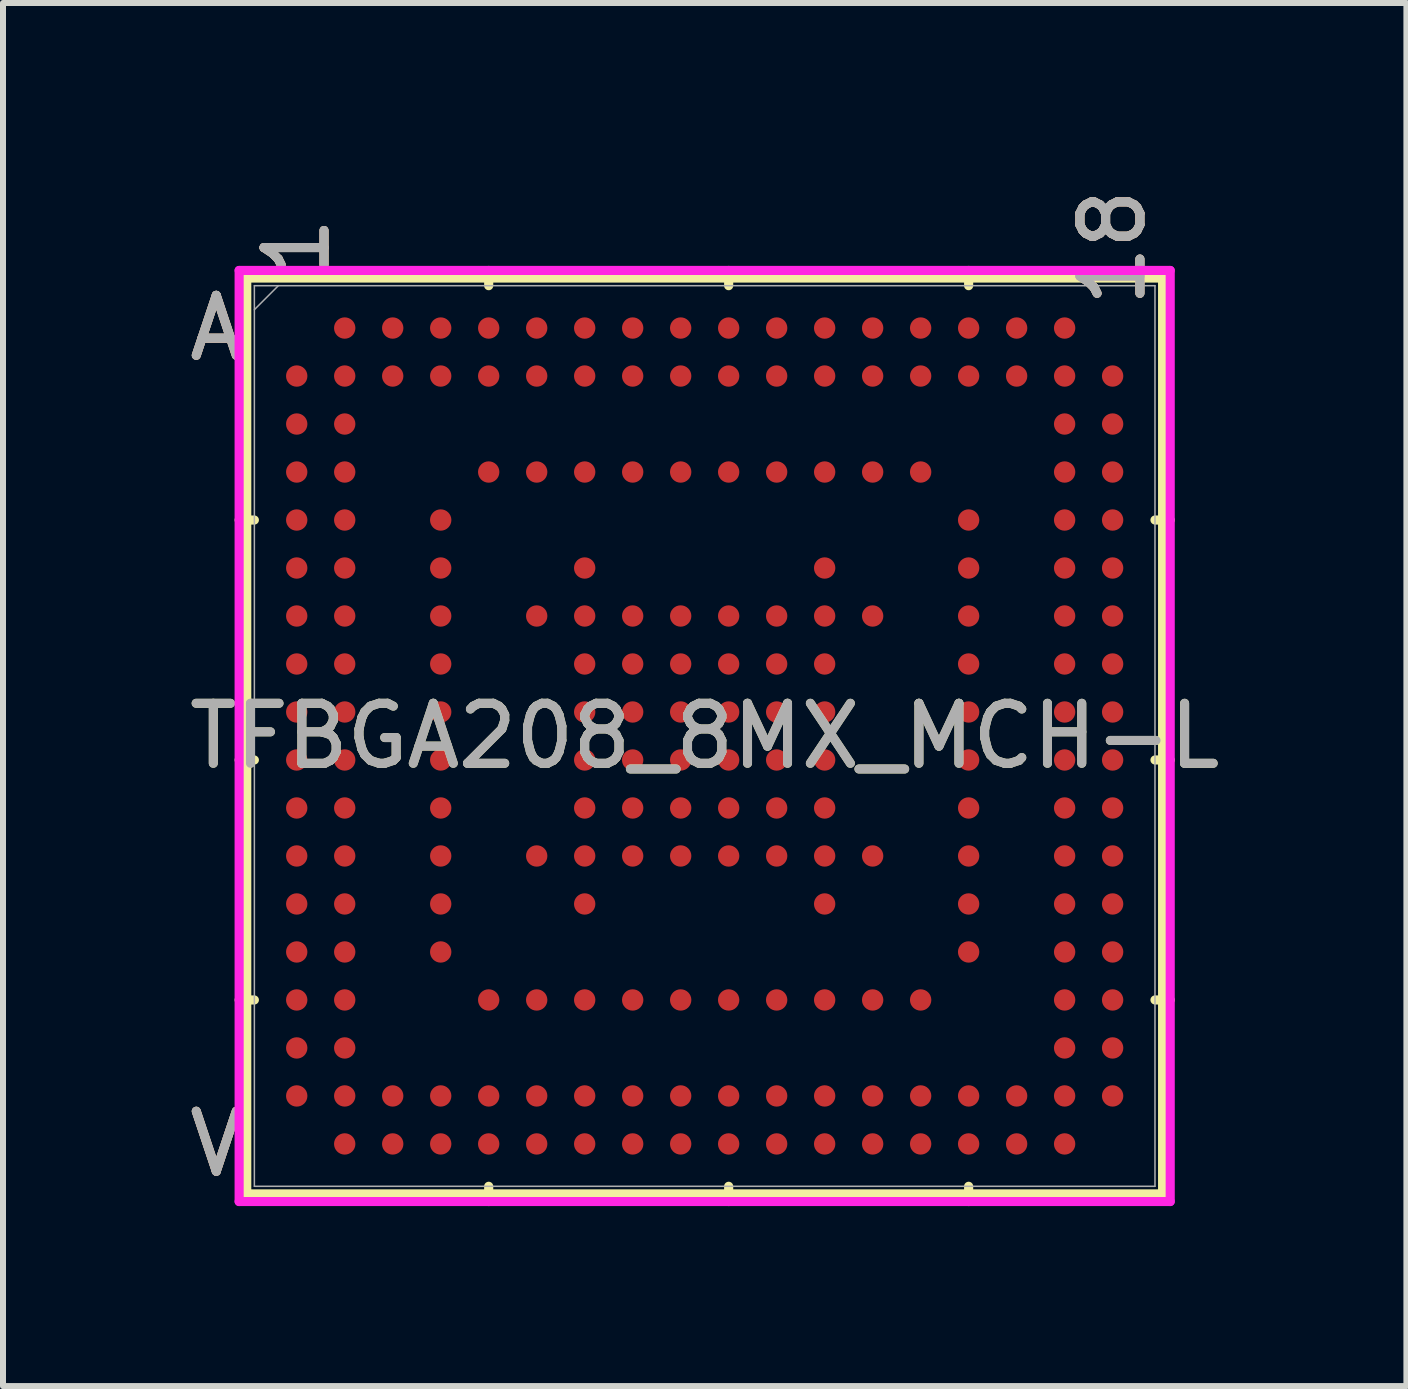
<source format=kicad_pcb>
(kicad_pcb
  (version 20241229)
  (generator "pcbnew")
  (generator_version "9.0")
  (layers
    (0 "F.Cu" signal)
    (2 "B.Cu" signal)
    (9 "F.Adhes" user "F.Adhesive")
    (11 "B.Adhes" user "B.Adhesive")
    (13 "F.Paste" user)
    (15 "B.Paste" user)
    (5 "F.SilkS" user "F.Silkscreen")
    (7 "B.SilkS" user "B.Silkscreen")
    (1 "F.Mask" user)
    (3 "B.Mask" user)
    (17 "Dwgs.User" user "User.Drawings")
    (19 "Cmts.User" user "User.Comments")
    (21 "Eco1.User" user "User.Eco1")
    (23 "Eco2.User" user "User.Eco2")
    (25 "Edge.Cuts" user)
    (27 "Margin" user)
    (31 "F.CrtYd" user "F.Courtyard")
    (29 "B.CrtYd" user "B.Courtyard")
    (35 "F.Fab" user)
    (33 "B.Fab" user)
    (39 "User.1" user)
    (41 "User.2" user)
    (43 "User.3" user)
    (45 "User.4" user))
  (footprint "TFBGA208_8MX_MCH-L"
    (layer "F.Cu")
    (at 8.696 9.218)
    (property "Reference" "TFBGA208_8MX_MCH-L" (at 0 0 0) (unlocked yes) (layer "F.SilkS") (effects (font (size 1 1) (thickness 0.15))))
    (attr smd)
    (fp_line (start -7.633 -7.633) (end -7.633 7.633) (stroke (width 0.152) (type solid)) (layer "F.SilkS"))
    (fp_line (start -7.633 7.633) (end 7.633 7.633) (stroke (width 0.152) (type solid)) (layer "F.SilkS"))
    (fp_line (start -7.506 -3.6) (end -7.76 -3.6) (stroke (width 0.152) (type solid)) (layer "F.SilkS"))
    (fp_line (start -7.506 0.4) (end -7.76 0.4) (stroke (width 0.152) (type solid)) (layer "F.SilkS"))
    (fp_line (start -7.506 4.4) (end -7.76 4.4) (stroke (width 0.152) (type solid)) (layer "F.SilkS"))
    (fp_line (start -3.6 -7.506) (end -3.6 -7.76) (stroke (width 0.152) (type solid)) (layer "F.SilkS"))
    (fp_line (start -3.6 7.506) (end -3.6 7.76) (stroke (width 0.152) (type solid)) (layer "F.SilkS"))
    (fp_line (start 0.4 -7.506) (end 0.4 -7.76) (stroke (width 0.152) (type solid)) (layer "F.SilkS"))
    (fp_line (start 0.4 7.506) (end 0.4 7.76) (stroke (width 0.152) (type solid)) (layer "F.SilkS"))
    (fp_line (start 4.4 -7.506) (end 4.4 -7.76) (stroke (width 0.152) (type solid)) (layer "F.SilkS"))
    (fp_line (start 4.4 7.506) (end 4.4 7.76) (stroke (width 0.152) (type solid)) (layer "F.SilkS"))
    (fp_line (start 7.506 -3.6) (end 7.76 -3.6) (stroke (width 0.152) (type solid)) (layer "F.SilkS"))
    (fp_line (start 7.506 0.4) (end 7.76 0.4) (stroke (width 0.152) (type solid)) (layer "F.SilkS"))
    (fp_line (start 7.506 4.4) (end 7.76 4.4) (stroke (width 0.152) (type solid)) (layer "F.SilkS"))
    (fp_line (start 7.633 -7.633) (end -7.633 -7.633) (stroke (width 0.152) (type solid)) (layer "F.SilkS"))
    (fp_line (start 7.633 7.633) (end 7.633 -7.633) (stroke (width 0.152) (type solid)) (layer "F.SilkS"))
    (fp_poly (pts (xy -7.644 -7.644) (xy 7.644 -7.644) (xy 7.644 7.644) (xy -7.644 7.644)) (stroke (width 0.1) (type solid)) (fill no) (layer "Eco2.User"))
    (fp_line (start -7.76 -7.76) (end 7.76 -7.76) (stroke (width 0.152) (type solid)) (layer "F.CrtYd"))
    (fp_line (start -7.76 7.76) (end -7.76 -7.76) (stroke (width 0.152) (type solid)) (layer "F.CrtYd"))
    (fp_line (start 7.76 -7.76) (end 7.76 7.76) (stroke (width 0.152) (type solid)) (layer "F.CrtYd"))
    (fp_line (start 7.76 7.76) (end -7.76 7.76) (stroke (width 0.152) (type solid)) (layer "F.CrtYd"))
    (fp_line (start -7.506 -7.506) (end -7.506 7.506) (stroke (width 0.025) (type solid)) (layer "F.Fab"))
    (fp_line (start -7.506 7.506) (end 7.506 7.506) (stroke (width 0.025) (type solid)) (layer "F.Fab"))
    (fp_line (start -7.106 -7.506) (end -7.506 -7.106) (stroke (width 0.025) (type solid)) (layer "F.Fab"))
    (fp_line (start 7.506 -7.506) (end -7.506 -7.506) (stroke (width 0.025) (type solid)) (layer "F.Fab"))
    (fp_line (start 7.506 7.506) (end 7.506 -7.506) (stroke (width 0.025) (type solid)) (layer "F.Fab"))
    (fp_text user "A" (at -8.141 -6.8 0) (unlocked yes) (layer "F.SilkS") (effects (font (size 1 1) (thickness 0.15))))
    (fp_text user "1" (at -6.8 -8.141 90) (unlocked yes) (layer "F.SilkS") (effects (font (size 1 1) (thickness 0.15))))
    (fp_text user "V" (at -8.141 6.8 0) (unlocked yes) (layer "F.SilkS") (effects (font (size 1 1) (thickness 0.15))))
    (fp_text user "18" (at 6.8 -8.141 90) (unlocked yes) (layer "F.SilkS") (effects (font (size 1 1) (thickness 0.15))))
    (fp_text user "1" (at -6.8 -8.141 90) (unlocked yes) (layer "B.SilkS") (effects (font (size 1 1) (thickness 0.15))))
    (fp_text user "A" (at -8.141 -6.8 0) (unlocked yes) (layer "B.SilkS") (effects (font (size 1 1) (thickness 0.15))))
    (fp_text user "V" (at -8.141 6.8 0) (unlocked yes) (layer "B.SilkS") (effects (font (size 1 1) (thickness 0.15))))
    (fp_text user "18" (at 6.8 -8.141 90) (unlocked yes) (layer "B.SilkS") (effects (font (size 1 1) (thickness 0.15))))
    (fp_text user "1" (at -6.8 -8.141 90) (unlocked yes) (layer "F.Fab") (effects (font (size 1 1) (thickness 0.15))))
    (fp_text user "${REFERENCE}" (at 0 0 0) (unlocked yes) (layer "F.Fab") (effects (font (size 1 1) (thickness 0.15))))
    (fp_text user "V" (at -8.141 6.8 0) (unlocked yes) (layer "F.Fab") (effects (font (size 1 1) (thickness 0.15))))
    (fp_text user "A" (at -8.141 -6.8 0) (unlocked yes) (layer "F.Fab") (effects (font (size 1 1) (thickness 0.15))))
    (fp_text user "18" (at 6.8 -8.141 90) (unlocked yes) (layer "F.Fab") (effects (font (size 1 1) (thickness 0.15))))
    (pad "A2" smd circle (at -6 -6.8) (size 0.356 0.356) (layers "F.Cu" "F.Mask" "F.Paste"))
    (pad "A3" smd circle (at -5.2 -6.8) (size 0.356 0.356) (layers "F.Cu" "F.Mask" "F.Paste"))
    (pad "A4" smd circle (at -4.4 -6.8) (size 0.356 0.356) (layers "F.Cu" "F.Mask" "F.Paste"))
    (pad "A5" smd circle (at -3.6 -6.8) (size 0.356 0.356) (layers "F.Cu" "F.Mask" "F.Paste"))
    (pad "A6" smd circle (at -2.8 -6.8) (size 0.356 0.356) (layers "F.Cu" "F.Mask" "F.Paste"))
    (pad "A7" smd circle (at -2 -6.8) (size 0.356 0.356) (layers "F.Cu" "F.Mask" "F.Paste"))
    (pad "A8" smd circle (at -1.2 -6.8) (size 0.356 0.356) (layers "F.Cu" "F.Mask" "F.Paste"))
    (pad "A9" smd circle (at -0.4 -6.8) (size 0.356 0.356) (layers "F.Cu" "F.Mask" "F.Paste"))
    (pad "A10" smd circle (at 0.4 -6.8) (size 0.356 0.356) (layers "F.Cu" "F.Mask" "F.Paste"))
    (pad "A11" smd circle (at 1.2 -6.8) (size 0.356 0.356) (layers "F.Cu" "F.Mask" "F.Paste"))
    (pad "A12" smd circle (at 2 -6.8) (size 0.356 0.356) (layers "F.Cu" "F.Mask" "F.Paste"))
    (pad "A13" smd circle (at 2.8 -6.8) (size 0.356 0.356) (layers "F.Cu" "F.Mask" "F.Paste"))
    (pad "A14" smd circle (at 3.6 -6.8) (size 0.356 0.356) (layers "F.Cu" "F.Mask" "F.Paste"))
    (pad "A15" smd circle (at 4.4 -6.8) (size 0.356 0.356) (layers "F.Cu" "F.Mask" "F.Paste"))
    (pad "A16" smd circle (at 5.2 -6.8) (size 0.356 0.356) (layers "F.Cu" "F.Mask" "F.Paste"))
    (pad "A17" smd circle (at 6 -6.8) (size 0.356 0.356) (layers "F.Cu" "F.Mask" "F.Paste"))
    (pad "B1" smd circle (at -6.8 -6) (size 0.356 0.356) (layers "F.Cu" "F.Mask" "F.Paste"))
    (pad "B2" smd circle (at -6 -6) (size 0.356 0.356) (layers "F.Cu" "F.Mask" "F.Paste"))
    (pad "B3" smd circle (at -5.2 -6) (size 0.356 0.356) (layers "F.Cu" "F.Mask" "F.Paste"))
    (pad "B4" smd circle (at -4.4 -6) (size 0.356 0.356) (layers "F.Cu" "F.Mask" "F.Paste"))
    (pad "B5" smd circle (at -3.6 -6) (size 0.356 0.356) (layers "F.Cu" "F.Mask" "F.Paste"))
    (pad "B6" smd circle (at -2.8 -6) (size 0.356 0.356) (layers "F.Cu" "F.Mask" "F.Paste"))
    (pad "B7" smd circle (at -2 -6) (size 0.356 0.356) (layers "F.Cu" "F.Mask" "F.Paste"))
    (pad "B8" smd circle (at -1.2 -6) (size 0.356 0.356) (layers "F.Cu" "F.Mask" "F.Paste"))
    (pad "B9" smd circle (at -0.4 -6) (size 0.356 0.356) (layers "F.Cu" "F.Mask" "F.Paste"))
    (pad "B10" smd circle (at 0.4 -6) (size 0.356 0.356) (layers "F.Cu" "F.Mask" "F.Paste"))
    (pad "B11" smd circle (at 1.2 -6) (size 0.356 0.356) (layers "F.Cu" "F.Mask" "F.Paste"))
    (pad "B12" smd circle (at 2 -6) (size 0.356 0.356) (layers "F.Cu" "F.Mask" "F.Paste"))
    (pad "B13" smd circle (at 2.8 -6) (size 0.356 0.356) (layers "F.Cu" "F.Mask" "F.Paste"))
    (pad "B14" smd circle (at 3.6 -6) (size 0.356 0.356) (layers "F.Cu" "F.Mask" "F.Paste"))
    (pad "B15" smd circle (at 4.4 -6) (size 0.356 0.356) (layers "F.Cu" "F.Mask" "F.Paste"))
    (pad "B16" smd circle (at 5.2 -6) (size 0.356 0.356) (layers "F.Cu" "F.Mask" "F.Paste"))
    (pad "B17" smd circle (at 6 -6) (size 0.356 0.356) (layers "F.Cu" "F.Mask" "F.Paste"))
    (pad "B18" smd circle (at 6.8 -6) (size 0.356 0.356) (layers "F.Cu" "F.Mask" "F.Paste"))
    (pad "C1" smd circle (at -6.8 -5.2) (size 0.356 0.356) (layers "F.Cu" "F.Mask" "F.Paste"))
    (pad "C2" smd circle (at -6 -5.2) (size 0.356 0.356) (layers "F.Cu" "F.Mask" "F.Paste"))
    (pad "C17" smd circle (at 6 -5.2) (size 0.356 0.356) (layers "F.Cu" "F.Mask" "F.Paste"))
    (pad "C18" smd circle (at 6.8 -5.2) (size 0.356 0.356) (layers "F.Cu" "F.Mask" "F.Paste"))
    (pad "D1" smd circle (at -6.8 -4.4) (size 0.356 0.356) (layers "F.Cu" "F.Mask" "F.Paste"))
    (pad "D2" smd circle (at -6 -4.4) (size 0.356 0.356) (layers "F.Cu" "F.Mask" "F.Paste"))
    (pad "D5" smd circle (at -3.6 -4.4) (size 0.356 0.356) (layers "F.Cu" "F.Mask" "F.Paste"))
    (pad "D6" smd circle (at -2.8 -4.4) (size 0.356 0.356) (layers "F.Cu" "F.Mask" "F.Paste"))
    (pad "D7" smd circle (at -2 -4.4) (size 0.356 0.356) (layers "F.Cu" "F.Mask" "F.Paste"))
    (pad "D8" smd circle (at -1.2 -4.4) (size 0.356 0.356) (layers "F.Cu" "F.Mask" "F.Paste"))
    (pad "D9" smd circle (at -0.4 -4.4) (size 0.356 0.356) (layers "F.Cu" "F.Mask" "F.Paste"))
    (pad "D10" smd circle (at 0.4 -4.4) (size 0.356 0.356) (layers "F.Cu" "F.Mask" "F.Paste"))
    (pad "D11" smd circle (at 1.2 -4.4) (size 0.356 0.356) (layers "F.Cu" "F.Mask" "F.Paste"))
    (pad "D12" smd circle (at 2 -4.4) (size 0.356 0.356) (layers "F.Cu" "F.Mask" "F.Paste"))
    (pad "D13" smd circle (at 2.8 -4.4) (size 0.356 0.356) (layers "F.Cu" "F.Mask" "F.Paste"))
    (pad "D14" smd circle (at 3.6 -4.4) (size 0.356 0.356) (layers "F.Cu" "F.Mask" "F.Paste"))
    (pad "D17" smd circle (at 6 -4.4) (size 0.356 0.356) (layers "F.Cu" "F.Mask" "F.Paste"))
    (pad "D18" smd circle (at 6.8 -4.4) (size 0.356 0.356) (layers "F.Cu" "F.Mask" "F.Paste"))
    (pad "E1" smd circle (at -6.8 -3.6) (size 0.356 0.356) (layers "F.Cu" "F.Mask" "F.Paste"))
    (pad "E2" smd circle (at -6 -3.6) (size 0.356 0.356) (layers "F.Cu" "F.Mask" "F.Paste"))
    (pad "E4" smd circle (at -4.4 -3.6) (size 0.356 0.356) (layers "F.Cu" "F.Mask" "F.Paste"))
    (pad "E15" smd circle (at 4.4 -3.6) (size 0.356 0.356) (layers "F.Cu" "F.Mask" "F.Paste"))
    (pad "E17" smd circle (at 6 -3.6) (size 0.356 0.356) (layers "F.Cu" "F.Mask" "F.Paste"))
    (pad "E18" smd circle (at 6.8 -3.6) (size 0.356 0.356) (layers "F.Cu" "F.Mask" "F.Paste"))
    (pad "F1" smd circle (at -6.8 -2.8) (size 0.356 0.356) (layers "F.Cu" "F.Mask" "F.Paste"))
    (pad "F2" smd circle (at -6 -2.8) (size 0.356 0.356) (layers "F.Cu" "F.Mask" "F.Paste"))
    (pad "F4" smd circle (at -4.4 -2.8) (size 0.356 0.356) (layers "F.Cu" "F.Mask" "F.Paste"))
    (pad "F7" smd circle (at -2 -2.8) (size 0.356 0.356) (layers "F.Cu" "F.Mask" "F.Paste"))
    (pad "F12" smd circle (at 2 -2.8) (size 0.356 0.356) (layers "F.Cu" "F.Mask" "F.Paste"))
    (pad "F15" smd circle (at 4.4 -2.8) (size 0.356 0.356) (layers "F.Cu" "F.Mask" "F.Paste"))
    (pad "F17" smd circle (at 6 -2.8) (size 0.356 0.356) (layers "F.Cu" "F.Mask" "F.Paste"))
    (pad "F18" smd circle (at 6.8 -2.8) (size 0.356 0.356) (layers "F.Cu" "F.Mask" "F.Paste"))
    (pad "G1" smd circle (at -6.8 -2) (size 0.356 0.356) (layers "F.Cu" "F.Mask" "F.Paste"))
    (pad "G2" smd circle (at -6 -2) (size 0.356 0.356) (layers "F.Cu" "F.Mask" "F.Paste"))
    (pad "G4" smd circle (at -4.4 -2) (size 0.356 0.356) (layers "F.Cu" "F.Mask" "F.Paste"))
    (pad "G6" smd circle (at -2.8 -2) (size 0.356 0.356) (layers "F.Cu" "F.Mask" "F.Paste"))
    (pad "G7" smd circle (at -2 -2) (size 0.356 0.356) (layers "F.Cu" "F.Mask" "F.Paste"))
    (pad "G8" smd circle (at -1.2 -2) (size 0.356 0.356) (layers "F.Cu" "F.Mask" "F.Paste"))
    (pad "G9" smd circle (at -0.4 -2) (size 0.356 0.356) (layers "F.Cu" "F.Mask" "F.Paste"))
    (pad "G10" smd circle (at 0.4 -2) (size 0.356 0.356) (layers "F.Cu" "F.Mask" "F.Paste"))
    (pad "G11" smd circle (at 1.2 -2) (size 0.356 0.356) (layers "F.Cu" "F.Mask" "F.Paste"))
    (pad "G12" smd circle (at 2 -2) (size 0.356 0.356) (layers "F.Cu" "F.Mask" "F.Paste"))
    (pad "G13" smd circle (at 2.8 -2) (size 0.356 0.356) (layers "F.Cu" "F.Mask" "F.Paste"))
    (pad "G15" smd circle (at 4.4 -2) (size 0.356 0.356) (layers "F.Cu" "F.Mask" "F.Paste"))
    (pad "G17" smd circle (at 6 -2) (size 0.356 0.356) (layers "F.Cu" "F.Mask" "F.Paste"))
    (pad "G18" smd circle (at 6.8 -2) (size 0.356 0.356) (layers "F.Cu" "F.Mask" "F.Paste"))
    (pad "H1" smd circle (at -6.8 -1.2) (size 0.356 0.356) (layers "F.Cu" "F.Mask" "F.Paste"))
    (pad "H2" smd circle (at -6 -1.2) (size 0.356 0.356) (layers "F.Cu" "F.Mask" "F.Paste"))
    (pad "H4" smd circle (at -4.4 -1.2) (size 0.356 0.356) (layers "F.Cu" "F.Mask" "F.Paste"))
    (pad "H7" smd circle (at -2 -1.2) (size 0.356 0.356) (layers "F.Cu" "F.Mask" "F.Paste"))
    (pad "H8" smd circle (at -1.2 -1.2) (size 0.356 0.356) (layers "F.Cu" "F.Mask" "F.Paste"))
    (pad "H9" smd circle (at -0.4 -1.2) (size 0.356 0.356) (layers "F.Cu" "F.Mask" "F.Paste"))
    (pad "H10" smd circle (at 0.4 -1.2) (size 0.356 0.356) (layers "F.Cu" "F.Mask" "F.Paste"))
    (pad "H11" smd circle (at 1.2 -1.2) (size 0.356 0.356) (layers "F.Cu" "F.Mask" "F.Paste"))
    (pad "H12" smd circle (at 2 -1.2) (size 0.356 0.356) (layers "F.Cu" "F.Mask" "F.Paste"))
    (pad "H15" smd circle (at 4.4 -1.2) (size 0.356 0.356) (layers "F.Cu" "F.Mask" "F.Paste"))
    (pad "H17" smd circle (at 6 -1.2) (size 0.356 0.356) (layers "F.Cu" "F.Mask" "F.Paste"))
    (pad "H18" smd circle (at 6.8 -1.2) (size 0.356 0.356) (layers "F.Cu" "F.Mask" "F.Paste"))
    (pad "J1" smd circle (at -6.8 -0.4) (size 0.356 0.356) (layers "F.Cu" "F.Mask" "F.Paste"))
    (pad "J2" smd circle (at -6 -0.4) (size 0.356 0.356) (layers "F.Cu" "F.Mask" "F.Paste"))
    (pad "J4" smd circle (at -4.4 -0.4) (size 0.356 0.356) (layers "F.Cu" "F.Mask" "F.Paste"))
    (pad "J7" smd circle (at -2 -0.4) (size 0.356 0.356) (layers "F.Cu" "F.Mask" "F.Paste"))
    (pad "J8" smd circle (at -1.2 -0.4) (size 0.356 0.356) (layers "F.Cu" "F.Mask" "F.Paste"))
    (pad "J9" smd circle (at -0.4 -0.4) (size 0.356 0.356) (layers "F.Cu" "F.Mask" "F.Paste"))
    (pad "J10" smd circle (at 0.4 -0.4) (size 0.356 0.356) (layers "F.Cu" "F.Mask" "F.Paste"))
    (pad "J11" smd circle (at 1.2 -0.4) (size 0.356 0.356) (layers "F.Cu" "F.Mask" "F.Paste"))
    (pad "J12" smd circle (at 2 -0.4) (size 0.356 0.356) (layers "F.Cu" "F.Mask" "F.Paste"))
    (pad "J15" smd circle (at 4.4 -0.4) (size 0.356 0.356) (layers "F.Cu" "F.Mask" "F.Paste"))
    (pad "J17" smd circle (at 6 -0.4) (size 0.356 0.356) (layers "F.Cu" "F.Mask" "F.Paste"))
    (pad "J18" smd circle (at 6.8 -0.4) (size 0.356 0.356) (layers "F.Cu" "F.Mask" "F.Paste"))
    (pad "K1" smd circle (at -6.8 0.4) (size 0.356 0.356) (layers "F.Cu" "F.Mask" "F.Paste"))
    (pad "K2" smd circle (at -6 0.4) (size 0.356 0.356) (layers "F.Cu" "F.Mask" "F.Paste"))
    (pad "K4" smd circle (at -4.4 0.4) (size 0.356 0.356) (layers "F.Cu" "F.Mask" "F.Paste"))
    (pad "K7" smd circle (at -2 0.4) (size 0.356 0.356) (layers "F.Cu" "F.Mask" "F.Paste"))
    (pad "K8" smd circle (at -1.2 0.4) (size 0.356 0.356) (layers "F.Cu" "F.Mask" "F.Paste"))
    (pad "K9" smd circle (at -0.4 0.4) (size 0.356 0.356) (layers "F.Cu" "F.Mask" "F.Paste"))
    (pad "K10" smd circle (at 0.4 0.4) (size 0.356 0.356) (layers "F.Cu" "F.Mask" "F.Paste"))
    (pad "K11" smd circle (at 1.2 0.4) (size 0.356 0.356) (layers "F.Cu" "F.Mask" "F.Paste"))
    (pad "K12" smd circle (at 2 0.4) (size 0.356 0.356) (layers "F.Cu" "F.Mask" "F.Paste"))
    (pad "K15" smd circle (at 4.4 0.4) (size 0.356 0.356) (layers "F.Cu" "F.Mask" "F.Paste"))
    (pad "K17" smd circle (at 6 0.4) (size 0.356 0.356) (layers "F.Cu" "F.Mask" "F.Paste"))
    (pad "K18" smd circle (at 6.8 0.4) (size 0.356 0.356) (layers "F.Cu" "F.Mask" "F.Paste"))
    (pad "L1" smd circle (at -6.8 1.2) (size 0.356 0.356) (layers "F.Cu" "F.Mask" "F.Paste"))
    (pad "L2" smd circle (at -6 1.2) (size 0.356 0.356) (layers "F.Cu" "F.Mask" "F.Paste"))
    (pad "L4" smd circle (at -4.4 1.2) (size 0.356 0.356) (layers "F.Cu" "F.Mask" "F.Paste"))
    (pad "L7" smd circle (at -2 1.2) (size 0.356 0.356) (layers "F.Cu" "F.Mask" "F.Paste"))
    (pad "L8" smd circle (at -1.2 1.2) (size 0.356 0.356) (layers "F.Cu" "F.Mask" "F.Paste"))
    (pad "L9" smd circle (at -0.4 1.2) (size 0.356 0.356) (layers "F.Cu" "F.Mask" "F.Paste"))
    (pad "L10" smd circle (at 0.4 1.2) (size 0.356 0.356) (layers "F.Cu" "F.Mask" "F.Paste"))
    (pad "L11" smd circle (at 1.2 1.2) (size 0.356 0.356) (layers "F.Cu" "F.Mask" "F.Paste"))
    (pad "L12" smd circle (at 2 1.2) (size 0.356 0.356) (layers "F.Cu" "F.Mask" "F.Paste"))
    (pad "L15" smd circle (at 4.4 1.2) (size 0.356 0.356) (layers "F.Cu" "F.Mask" "F.Paste"))
    (pad "L17" smd circle (at 6 1.2) (size 0.356 0.356) (layers "F.Cu" "F.Mask" "F.Paste"))
    (pad "L18" smd circle (at 6.8 1.2) (size 0.356 0.356) (layers "F.Cu" "F.Mask" "F.Paste"))
    (pad "M1" smd circle (at -6.8 2) (size 0.356 0.356) (layers "F.Cu" "F.Mask" "F.Paste"))
    (pad "M2" smd circle (at -6 2) (size 0.356 0.356) (layers "F.Cu" "F.Mask" "F.Paste"))
    (pad "M4" smd circle (at -4.4 2) (size 0.356 0.356) (layers "F.Cu" "F.Mask" "F.Paste"))
    (pad "M6" smd circle (at -2.8 2) (size 0.356 0.356) (layers "F.Cu" "F.Mask" "F.Paste"))
    (pad "M7" smd circle (at -2 2) (size 0.356 0.356) (layers "F.Cu" "F.Mask" "F.Paste"))
    (pad "M8" smd circle (at -1.2 2) (size 0.356 0.356) (layers "F.Cu" "F.Mask" "F.Paste"))
    (pad "M9" smd circle (at -0.4 2) (size 0.356 0.356) (layers "F.Cu" "F.Mask" "F.Paste"))
    (pad "M10" smd circle (at 0.4 2) (size 0.356 0.356) (layers "F.Cu" "F.Mask" "F.Paste"))
    (pad "M11" smd circle (at 1.2 2) (size 0.356 0.356) (layers "F.Cu" "F.Mask" "F.Paste"))
    (pad "M12" smd circle (at 2 2) (size 0.356 0.356) (layers "F.Cu" "F.Mask" "F.Paste"))
    (pad "M13" smd circle (at 2.8 2) (size 0.356 0.356) (layers "F.Cu" "F.Mask" "F.Paste"))
    (pad "M15" smd circle (at 4.4 2) (size 0.356 0.356) (layers "F.Cu" "F.Mask" "F.Paste"))
    (pad "M17" smd circle (at 6 2) (size 0.356 0.356) (layers "F.Cu" "F.Mask" "F.Paste"))
    (pad "M18" smd circle (at 6.8 2) (size 0.356 0.356) (layers "F.Cu" "F.Mask" "F.Paste"))
    (pad "N1" smd circle (at -6.8 2.8) (size 0.356 0.356) (layers "F.Cu" "F.Mask" "F.Paste"))
    (pad "N2" smd circle (at -6 2.8) (size 0.356 0.356) (layers "F.Cu" "F.Mask" "F.Paste"))
    (pad "N4" smd circle (at -4.4 2.8) (size 0.356 0.356) (layers "F.Cu" "F.Mask" "F.Paste"))
    (pad "N7" smd circle (at -2 2.8) (size 0.356 0.356) (layers "F.Cu" "F.Mask" "F.Paste"))
    (pad "N12" smd circle (at 2 2.8) (size 0.356 0.356) (layers "F.Cu" "F.Mask" "F.Paste"))
    (pad "N15" smd circle (at 4.4 2.8) (size 0.356 0.356) (layers "F.Cu" "F.Mask" "F.Paste"))
    (pad "N17" smd circle (at 6 2.8) (size 0.356 0.356) (layers "F.Cu" "F.Mask" "F.Paste"))
    (pad "N18" smd circle (at 6.8 2.8) (size 0.356 0.356) (layers "F.Cu" "F.Mask" "F.Paste"))
    (pad "P1" smd circle (at -6.8 3.6) (size 0.356 0.356) (layers "F.Cu" "F.Mask" "F.Paste"))
    (pad "P2" smd circle (at -6 3.6) (size 0.356 0.356) (layers "F.Cu" "F.Mask" "F.Paste"))
    (pad "P4" smd circle (at -4.4 3.6) (size 0.356 0.356) (layers "F.Cu" "F.Mask" "F.Paste"))
    (pad "P15" smd circle (at 4.4 3.6) (size 0.356 0.356) (layers "F.Cu" "F.Mask" "F.Paste"))
    (pad "P17" smd circle (at 6 3.6) (size 0.356 0.356) (layers "F.Cu" "F.Mask" "F.Paste"))
    (pad "P18" smd circle (at 6.8 3.6) (size 0.356 0.356) (layers "F.Cu" "F.Mask" "F.Paste"))
    (pad "R1" smd circle (at -6.8 4.4) (size 0.356 0.356) (layers "F.Cu" "F.Mask" "F.Paste"))
    (pad "R2" smd circle (at -6 4.4) (size 0.356 0.356) (layers "F.Cu" "F.Mask" "F.Paste"))
    (pad "R5" smd circle (at -3.6 4.4) (size 0.356 0.356) (layers "F.Cu" "F.Mask" "F.Paste"))
    (pad "R6" smd circle (at -2.8 4.4) (size 0.356 0.356) (layers "F.Cu" "F.Mask" "F.Paste"))
    (pad "R7" smd circle (at -2 4.4) (size 0.356 0.356) (layers "F.Cu" "F.Mask" "F.Paste"))
    (pad "R8" smd circle (at -1.2 4.4) (size 0.356 0.356) (layers "F.Cu" "F.Mask" "F.Paste"))
    (pad "R9" smd circle (at -0.4 4.4) (size 0.356 0.356) (layers "F.Cu" "F.Mask" "F.Paste"))
    (pad "R10" smd circle (at 0.4 4.4) (size 0.356 0.356) (layers "F.Cu" "F.Mask" "F.Paste"))
    (pad "R11" smd circle (at 1.2 4.4) (size 0.356 0.356) (layers "F.Cu" "F.Mask" "F.Paste"))
    (pad "R12" smd circle (at 2 4.4) (size 0.356 0.356) (layers "F.Cu" "F.Mask" "F.Paste"))
    (pad "R13" smd circle (at 2.8 4.4) (size 0.356 0.356) (layers "F.Cu" "F.Mask" "F.Paste"))
    (pad "R14" smd circle (at 3.6 4.4) (size 0.356 0.356) (layers "F.Cu" "F.Mask" "F.Paste"))
    (pad "R17" smd circle (at 6 4.4) (size 0.356 0.356) (layers "F.Cu" "F.Mask" "F.Paste"))
    (pad "R18" smd circle (at 6.8 4.4) (size 0.356 0.356) (layers "F.Cu" "F.Mask" "F.Paste"))
    (pad "T1" smd circle (at -6.8 5.2) (size 0.356 0.356) (layers "F.Cu" "F.Mask" "F.Paste"))
    (pad "T2" smd circle (at -6 5.2) (size 0.356 0.356) (layers "F.Cu" "F.Mask" "F.Paste"))
    (pad "T17" smd circle (at 6 5.2) (size 0.356 0.356) (layers "F.Cu" "F.Mask" "F.Paste"))
    (pad "T18" smd circle (at 6.8 5.2) (size 0.356 0.356) (layers "F.Cu" "F.Mask" "F.Paste"))
    (pad "U1" smd circle (at -6.8 6) (size 0.356 0.356) (layers "F.Cu" "F.Mask" "F.Paste"))
    (pad "U2" smd circle (at -6 6) (size 0.356 0.356) (layers "F.Cu" "F.Mask" "F.Paste"))
    (pad "U3" smd circle (at -5.2 6) (size 0.356 0.356) (layers "F.Cu" "F.Mask" "F.Paste"))
    (pad "U4" smd circle (at -4.4 6) (size 0.356 0.356) (layers "F.Cu" "F.Mask" "F.Paste"))
    (pad "U5" smd circle (at -3.6 6) (size 0.356 0.356) (layers "F.Cu" "F.Mask" "F.Paste"))
    (pad "U6" smd circle (at -2.8 6) (size 0.356 0.356) (layers "F.Cu" "F.Mask" "F.Paste"))
    (pad "U7" smd circle (at -2 6) (size 0.356 0.356) (layers "F.Cu" "F.Mask" "F.Paste"))
    (pad "U8" smd circle (at -1.2 6) (size 0.356 0.356) (layers "F.Cu" "F.Mask" "F.Paste"))
    (pad "U9" smd circle (at -0.4 6) (size 0.356 0.356) (layers "F.Cu" "F.Mask" "F.Paste"))
    (pad "U10" smd circle (at 0.4 6) (size 0.356 0.356) (layers "F.Cu" "F.Mask" "F.Paste"))
    (pad "U11" smd circle (at 1.2 6) (size 0.356 0.356) (layers "F.Cu" "F.Mask" "F.Paste"))
    (pad "U12" smd circle (at 2 6) (size 0.356 0.356) (layers "F.Cu" "F.Mask" "F.Paste"))
    (pad "U13" smd circle (at 2.8 6) (size 0.356 0.356) (layers "F.Cu" "F.Mask" "F.Paste"))
    (pad "U14" smd circle (at 3.6 6) (size 0.356 0.356) (layers "F.Cu" "F.Mask" "F.Paste"))
    (pad "U15" smd circle (at 4.4 6) (size 0.356 0.356) (layers "F.Cu" "F.Mask" "F.Paste"))
    (pad "U16" smd circle (at 5.2 6) (size 0.356 0.356) (layers "F.Cu" "F.Mask" "F.Paste"))
    (pad "U17" smd circle (at 6 6) (size 0.356 0.356) (layers "F.Cu" "F.Mask" "F.Paste"))
    (pad "U18" smd circle (at 6.8 6) (size 0.356 0.356) (layers "F.Cu" "F.Mask" "F.Paste"))
    (pad "V2" smd circle (at -6 6.8) (size 0.356 0.356) (layers "F.Cu" "F.Mask" "F.Paste"))
    (pad "V3" smd circle (at -5.2 6.8) (size 0.356 0.356) (layers "F.Cu" "F.Mask" "F.Paste"))
    (pad "V4" smd circle (at -4.4 6.8) (size 0.356 0.356) (layers "F.Cu" "F.Mask" "F.Paste"))
    (pad "V5" smd circle (at -3.6 6.8) (size 0.356 0.356) (layers "F.Cu" "F.Mask" "F.Paste"))
    (pad "V6" smd circle (at -2.8 6.8) (size 0.356 0.356) (layers "F.Cu" "F.Mask" "F.Paste"))
    (pad "V7" smd circle (at -2 6.8) (size 0.356 0.356) (layers "F.Cu" "F.Mask" "F.Paste"))
    (pad "V8" smd circle (at -1.2 6.8) (size 0.356 0.356) (layers "F.Cu" "F.Mask" "F.Paste"))
    (pad "V9" smd circle (at -0.4 6.8) (size 0.356 0.356) (layers "F.Cu" "F.Mask" "F.Paste"))
    (pad "V10" smd circle (at 0.4 6.8) (size 0.356 0.356) (layers "F.Cu" "F.Mask" "F.Paste"))
    (pad "V11" smd circle (at 1.2 6.8) (size 0.356 0.356) (layers "F.Cu" "F.Mask" "F.Paste"))
    (pad "V12" smd circle (at 2 6.8) (size 0.356 0.356) (layers "F.Cu" "F.Mask" "F.Paste"))
    (pad "V13" smd circle (at 2.8 6.8) (size 0.356 0.356) (layers "F.Cu" "F.Mask" "F.Paste"))
    (pad "V14" smd circle (at 3.6 6.8) (size 0.356 0.356) (layers "F.Cu" "F.Mask" "F.Paste"))
    (pad "V15" smd circle (at 4.4 6.8) (size 0.356 0.356) (layers "F.Cu" "F.Mask" "F.Paste"))
    (pad "V16" smd circle (at 5.2 6.8) (size 0.356 0.356) (layers "F.Cu" "F.Mask" "F.Paste"))
    (pad "V17" smd circle (at 6 6.8) (size 0.356 0.356) (layers "F.Cu" "F.Mask" "F.Paste")))
  (gr_rect
    (start -3 -3)
    (end 20.393 20.054)
    (stroke (width 0.1) (type default))
    (fill no)
    (layer "Edge.Cuts")))
</source>
